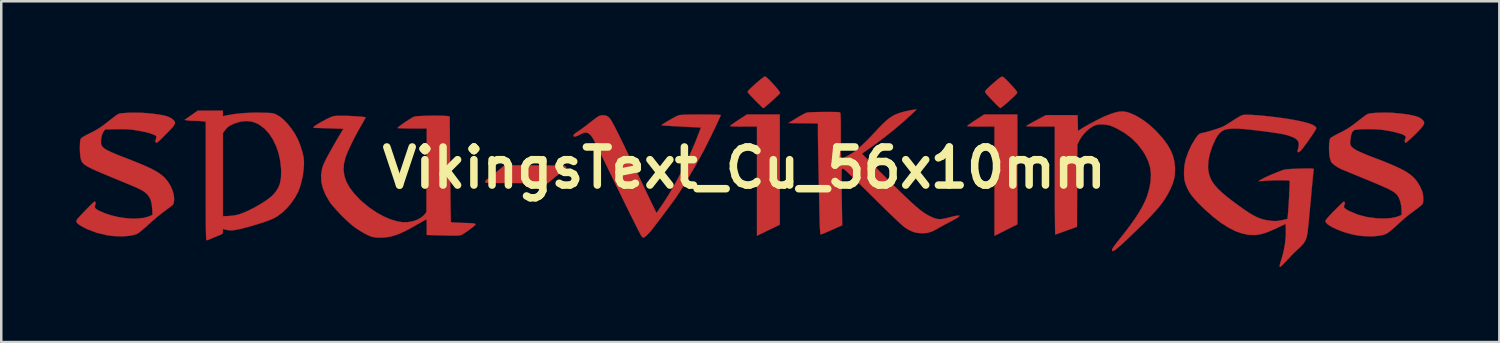
<source format=kicad_pcb>
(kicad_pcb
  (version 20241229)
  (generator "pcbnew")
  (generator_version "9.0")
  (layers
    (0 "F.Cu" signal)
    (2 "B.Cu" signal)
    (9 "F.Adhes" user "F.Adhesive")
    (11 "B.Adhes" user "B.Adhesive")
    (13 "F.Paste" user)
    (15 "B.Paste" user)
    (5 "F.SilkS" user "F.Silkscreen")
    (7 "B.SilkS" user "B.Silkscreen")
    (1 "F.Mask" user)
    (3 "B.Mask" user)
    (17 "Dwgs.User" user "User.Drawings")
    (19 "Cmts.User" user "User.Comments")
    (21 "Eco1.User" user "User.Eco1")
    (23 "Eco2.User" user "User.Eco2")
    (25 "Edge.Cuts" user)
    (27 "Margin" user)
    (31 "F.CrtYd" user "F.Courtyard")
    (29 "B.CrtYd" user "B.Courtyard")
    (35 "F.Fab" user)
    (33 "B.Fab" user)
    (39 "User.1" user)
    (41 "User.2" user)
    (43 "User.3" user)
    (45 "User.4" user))
  (footprint "VikingsText_Cu_56x10mm"
    (layer "F.Cu")
    (at 26.718 3.663)
    (property "Reference" "VikingsText_Cu_56x10mm" (at 0 0 0) (layer "F.SilkS") (effects (font (size 1.524 1.524) (thickness 0.3))))
    (attr through_hole)
    (fp_poly (pts (xy 1.421 2.273) (xy 0.964 2.494) (xy 0.508 2.715) (xy 0.508 -1.651) (xy -0.021 -1.651) (xy -0.18 -1.652) (xy -0.322 -1.654) (xy -0.438 -1.657) (xy -0.522 -1.662) (xy -0.564 -1.667) (xy -0.568 -1.669) (xy -0.554 -1.687) (xy -0.503 -1.729) (xy -0.423 -1.787) (xy -0.32 -1.857) (xy -0.241 -1.91) (xy 0.104 -2.134) (xy 1.422 -2.134) (xy 1.421 2.273)) (stroke (width 0.01) (type solid)) (fill yes) (layer "F.Cu"))
    (fp_poly (pts (xy 10.922 2.26) (xy 10.465 2.489) (xy 10.008 2.718) (xy 10.008 -1.651) (xy 9.461 -1.651) (xy 9.3 -1.652) (xy 9.158 -1.655) (xy 9.043 -1.659) (xy 8.96 -1.665) (xy 8.919 -1.671) (xy 8.915 -1.674) (xy 8.936 -1.694) (xy 8.992 -1.737) (xy 9.076 -1.796) (xy 9.182 -1.868) (xy 9.255 -1.915) (xy 9.594 -2.134) (xy 10.922 -2.134) (xy 10.922 2.26)) (stroke (width 0.01) (type solid)) (fill yes) (layer "F.Cu"))
    (fp_poly (pts (xy -8.421 -0.099) (xy -8.18 -0.098) (xy -7.953 -0.097) (xy -7.746 -0.094) (xy -7.563 -0.092) (xy -7.41 -0.089) (xy -7.293 -0.086) (xy -7.217 -0.082) (xy -7.188 -0.079) (xy -7.135 -0.055) (xy -7.121 -0.021) (xy -7.146 0.027) (xy -7.213 0.092) (xy -7.308 0.167) (xy -7.421 0.254) (xy -7.546 0.352) (xy -7.657 0.444) (xy -7.679 0.462) (xy -7.851 0.61) (xy -9.09 0.61) (xy -9.337 0.609) (xy -9.567 0.608) (xy -9.777 0.607) (xy -9.962 0.605) (xy -10.116 0.602) (xy -10.234 0.599) (xy -10.313 0.596) (xy -10.346 0.593) (xy -10.346 0.593) (xy -10.363 0.558) (xy -10.344 0.515) (xy -10.288 0.459) (xy -10.193 0.387) (xy -10.099 0.317) (xy -9.984 0.227) (xy -9.867 0.132) (xy -9.807 0.083) (xy -9.591 -0.102) (xy -8.421 -0.099)) (stroke (width 0.01) (type solid)) (fill yes) (layer "F.Cu"))
    (fp_poly (pts (xy 0.864 -3.639) (xy 0.925 -3.59) (xy 1.002 -3.517) (xy 1.088 -3.428) (xy 1.178 -3.331) (xy 1.264 -3.233) (xy 1.339 -3.141) (xy 1.396 -3.065) (xy 1.429 -3.01) (xy 1.433 -2.989) (xy 1.411 -2.961) (xy 1.358 -2.908) (xy 1.282 -2.836) (xy 1.192 -2.752) (xy 1.094 -2.664) (xy 0.997 -2.578) (xy 0.907 -2.5) (xy 0.833 -2.438) (xy 0.783 -2.398) (xy 0.763 -2.388) (xy 0.739 -2.405) (xy 0.686 -2.453) (xy 0.611 -2.525) (xy 0.519 -2.615) (xy 0.453 -2.681) (xy 0.354 -2.784) (xy 0.267 -2.876) (xy 0.198 -2.95) (xy 0.154 -3.001) (xy 0.142 -3.017) (xy 0.138 -3.044) (xy 0.159 -3.083) (xy 0.208 -3.139) (xy 0.292 -3.22) (xy 0.294 -3.222) (xy 0.42 -3.337) (xy 0.539 -3.441) (xy 0.646 -3.531) (xy 0.734 -3.6) (xy 0.797 -3.644) (xy 0.828 -3.658) (xy 0.864 -3.639)) (stroke (width 0.01) (type solid)) (fill yes) (layer "F.Cu"))
    (fp_poly (pts (xy 10.355 -3.635) (xy 10.372 -3.624) (xy 10.416 -3.588) (xy 10.482 -3.523) (xy 10.564 -3.439) (xy 10.653 -3.345) (xy 10.74 -3.249) (xy 10.817 -3.162) (xy 10.875 -3.091) (xy 10.907 -3.045) (xy 10.909 -3.042) (xy 10.916 -3.014) (xy 10.905 -2.982) (xy 10.872 -2.939) (xy 10.811 -2.876) (xy 10.744 -2.812) (xy 10.624 -2.702) (xy 10.51 -2.601) (xy 10.408 -2.514) (xy 10.325 -2.445) (xy 10.266 -2.402) (xy 10.24 -2.388) (xy 10.217 -2.405) (xy 10.165 -2.453) (xy 10.09 -2.526) (xy 9.999 -2.617) (xy 9.924 -2.695) (xy 9.825 -2.799) (xy 9.74 -2.892) (xy 9.675 -2.968) (xy 9.636 -3.02) (xy 9.627 -3.039) (xy 9.638 -3.072) (xy 9.676 -3.121) (xy 9.743 -3.19) (xy 9.843 -3.283) (xy 9.979 -3.402) (xy 9.989 -3.411) (xy 10.105 -3.51) (xy 10.189 -3.579) (xy 10.249 -3.622) (xy 10.293 -3.643) (xy 10.326 -3.646) (xy 10.355 -3.635)) (stroke (width 0.01) (type solid)) (fill yes) (layer "F.Cu"))
    (fp_poly (pts (xy 15.3 -2.233) (xy 15.454 -2.183) (xy 15.625 -2.105) (xy 15.721 -2.055) (xy 15.965 -1.906) (xy 16.205 -1.721) (xy 16.449 -1.495) (xy 16.501 -1.442) (xy 16.726 -1.193) (xy 16.906 -0.955) (xy 17.044 -0.725) (xy 17.142 -0.495) (xy 17.202 -0.261) (xy 17.228 -0.018) (xy 17.229 0.064) (xy 17.22 0.271) (xy 17.189 0.457) (xy 17.132 0.642) (xy 17.045 0.844) (xy 17.036 0.864) (xy 16.96 1.013) (xy 16.88 1.154) (xy 16.792 1.291) (xy 16.693 1.43) (xy 16.579 1.575) (xy 16.445 1.729) (xy 16.288 1.899) (xy 16.105 2.088) (xy 15.891 2.301) (xy 15.643 2.542) (xy 15.629 2.556) (xy 15.419 2.758) (xy 15.243 2.925) (xy 15.097 3.06) (xy 14.979 3.165) (xy 14.886 3.242) (xy 14.816 3.294) (xy 14.765 3.322) (xy 14.732 3.329) (xy 14.713 3.315) (xy 14.707 3.285) (xy 14.707 3.278) (xy 14.722 3.24) (xy 14.764 3.173) (xy 14.827 3.084) (xy 14.905 2.983) (xy 14.925 2.958) (xy 15.184 2.633) (xy 15.409 2.337) (xy 15.602 2.068) (xy 15.765 1.82) (xy 15.9 1.59) (xy 16.011 1.373) (xy 16.099 1.164) (xy 16.166 0.959) (xy 16.216 0.754) (xy 16.25 0.545) (xy 16.253 0.521) (xy 16.266 0.25) (xy 16.235 -0.009) (xy 16.16 -0.262) (xy 16.037 -0.517) (xy 15.942 -0.671) (xy 15.733 -0.946) (xy 15.498 -1.181) (xy 15.231 -1.382) (xy 15.127 -1.446) (xy 14.938 -1.553) (xy 14.779 -1.632) (xy 14.64 -1.686) (xy 14.51 -1.719) (xy 14.381 -1.735) (xy 14.313 -1.737) (xy 14.199 -1.736) (xy 14.115 -1.726) (xy 14.039 -1.702) (xy 13.959 -1.666) (xy 13.805 -1.569) (xy 13.655 -1.437) (xy 13.521 -1.283) (xy 13.417 -1.121) (xy 13.408 -1.102) (xy 13.322 -0.927) (xy 13.315 0.714) (xy 13.308 2.356) (xy 12.883 2.512) (xy 12.745 2.562) (xy 12.624 2.605) (xy 12.527 2.639) (xy 12.463 2.661) (xy 12.44 2.667) (xy 12.437 2.642) (xy 12.434 2.57) (xy 12.431 2.455) (xy 12.429 2.3) (xy 12.427 2.109) (xy 12.425 1.885) (xy 12.423 1.633) (xy 12.422 1.356) (xy 12.421 1.058) (xy 12.421 0.742) (xy 12.421 0.508) (xy 12.421 -1.651) (xy 11.849 -1.651) (xy 11.685 -1.652) (xy 11.539 -1.654) (xy 11.419 -1.658) (xy 11.331 -1.662) (xy 11.284 -1.667) (xy 11.278 -1.67) (xy 11.299 -1.688) (xy 11.358 -1.725) (xy 11.448 -1.777) (xy 11.561 -1.84) (xy 11.671 -1.899) (xy 12.063 -2.108) (xy 13.333 -2.108) (xy 13.348 -1.472) (xy 13.44 -1.535) (xy 13.546 -1.603) (xy 13.687 -1.685) (xy 13.848 -1.774) (xy 14.019 -1.865) (xy 14.187 -1.951) (xy 14.338 -2.024) (xy 14.434 -2.067) (xy 14.653 -2.155) (xy 14.839 -2.216) (xy 15.003 -2.25) (xy 15.153 -2.255) (xy 15.3 -2.233)) (stroke (width 0.01) (type solid)) (fill yes) (layer "F.Cu"))
    (fp_poly (pts (xy -20.853 -2.066) (xy -20.695 -2.099) (xy -20.368 -2.155) (xy -20.027 -2.19) (xy -19.658 -2.206) (xy -19.375 -2.206) (xy -19.2 -2.202) (xy -19.068 -2.199) (xy -18.968 -2.194) (xy -18.894 -2.187) (xy -18.837 -2.176) (xy -18.787 -2.161) (xy -18.737 -2.14) (xy -18.701 -2.124) (xy -18.563 -2.041) (xy -18.416 -1.918) (xy -18.267 -1.762) (xy -18.123 -1.583) (xy -17.99 -1.388) (xy -17.884 -1.198) (xy -17.805 -1.024) (xy -17.734 -0.831) (xy -17.674 -0.634) (xy -17.632 -0.451) (xy -17.613 -0.317) (xy -17.61 -0.128) (xy -17.627 0.09) (xy -17.661 0.323) (xy -17.71 0.554) (xy -17.771 0.769) (xy -17.84 0.952) (xy -17.842 0.957) (xy -17.965 1.185) (xy -18.118 1.406) (xy -18.293 1.611) (xy -18.481 1.792) (xy -18.675 1.937) (xy -18.791 2.004) (xy -18.941 2.072) (xy -19.14 2.147) (xy -19.387 2.228) (xy -19.685 2.318) (xy -19.761 2.34) (xy -19.985 2.401) (xy -20.169 2.447) (xy -20.319 2.478) (xy -20.443 2.496) (xy -20.547 2.5) (xy -20.64 2.493) (xy -20.707 2.48) (xy -20.853 2.445) (xy -20.853 2.541) (xy -20.855 2.588) (xy -20.866 2.621) (xy -20.896 2.648) (xy -20.954 2.678) (xy -21.05 2.718) (xy -21.05 2.718) (xy -21.159 2.763) (xy -21.266 2.808) (xy -21.349 2.843) (xy -21.358 2.847) (xy -21.432 2.876) (xy -21.489 2.893) (xy -21.504 2.896) (xy -21.51 2.889) (xy -21.516 2.868) (xy -21.52 2.829) (xy -21.524 2.77) (xy -21.528 2.688) (xy -21.531 2.58) (xy -21.533 2.443) (xy -21.535 2.275) (xy -21.536 2.072) (xy -21.538 1.832) (xy -21.538 1.551) (xy -21.539 1.228) (xy -21.539 0.86) (xy -21.539 0.524) (xy -21.539 -1.389) (xy -20.853 -1.389) (xy -20.853 1.937) (xy -20.606 1.925) (xy -20.417 1.907) (xy -20.251 1.872) (xy -20.155 1.842) (xy -19.968 1.77) (xy -19.767 1.677) (xy -19.56 1.57) (xy -19.359 1.455) (xy -19.173 1.337) (xy -19.011 1.223) (xy -18.885 1.117) (xy -18.855 1.088) (xy -18.726 0.936) (xy -18.63 0.778) (xy -18.566 0.605) (xy -18.531 0.409) (xy -18.521 0.18) (xy -18.526 0.025) (xy -18.563 -0.298) (xy -18.632 -0.605) (xy -18.732 -0.891) (xy -18.86 -1.149) (xy -19.013 -1.377) (xy -19.189 -1.568) (xy -19.385 -1.718) (xy -19.492 -1.778) (xy -19.695 -1.849) (xy -19.912 -1.873) (xy -20.14 -1.85) (xy -20.374 -1.78) (xy -20.443 -1.75) (xy -20.556 -1.696) (xy -20.637 -1.646) (xy -20.701 -1.587) (xy -20.766 -1.509) (xy -20.781 -1.488) (xy -20.853 -1.389) (xy -21.539 -1.389) (xy -21.539 -1.847) (xy -21.657 -1.863) (xy -21.742 -1.872) (xy -21.854 -1.878) (xy -21.971 -1.881) (xy -21.981 -1.881) (xy -22.093 -1.884) (xy -22.2 -1.89) (xy -22.279 -1.899) (xy -22.286 -1.9) (xy -22.385 -1.918) (xy -22.124 -2.102) (xy -21.862 -2.286) (xy -20.853 -2.286) (xy -20.853 -2.066)) (stroke (width 0.01) (type solid)) (fill yes) (layer "F.Cu"))
    (fp_poly (pts (xy 6.68 -2.132) (xy 6.379 -1.857) (xy 6.044 -1.571) (xy 5.687 -1.284) (xy 5.321 -1.005) (xy 5.012 -0.782) (xy 4.703 -0.566) (xy 5.698 0.424) (xy 5.965 0.689) (xy 6.2 0.92) (xy 6.407 1.12) (xy 6.588 1.292) (xy 6.747 1.438) (xy 6.887 1.561) (xy 7.011 1.664) (xy 7.124 1.75) (xy 7.227 1.822) (xy 7.325 1.881) (xy 7.421 1.932) (xy 7.517 1.977) (xy 7.562 1.996) (xy 7.667 2.033) (xy 7.768 2.051) (xy 7.875 2.05) (xy 8.003 2.031) (xy 8.165 1.992) (xy 8.169 1.991) (xy 8.349 1.945) (xy 8.482 1.917) (xy 8.567 1.907) (xy 8.604 1.915) (xy 8.594 1.941) (xy 8.538 1.986) (xy 8.434 2.049) (xy 8.283 2.131) (xy 8.253 2.146) (xy 8.115 2.219) (xy 7.976 2.294) (xy 7.85 2.363) (xy 7.752 2.418) (xy 7.734 2.429) (xy 7.574 2.516) (xy 7.433 2.573) (xy 7.296 2.605) (xy 7.144 2.616) (xy 7.11 2.616) (xy 6.926 2.603) (xy 6.757 2.562) (xy 6.588 2.486) (xy 6.439 2.395) (xy 6.373 2.344) (xy 6.272 2.257) (xy 6.137 2.133) (xy 5.967 1.972) (xy 5.763 1.776) (xy 5.524 1.543) (xy 5.251 1.274) (xy 5.156 1.179) (xy 4.959 0.984) (xy 4.77 0.798) (xy 4.595 0.626) (xy 4.435 0.471) (xy 4.295 0.335) (xy 4.178 0.222) (xy 4.086 0.135) (xy 4.024 0.078) (xy 3.994 0.053) (xy 3.994 0.053) (xy 3.94 0.036) (xy 3.908 0.04) (xy 3.901 0.062) (xy 3.896 0.121) (xy 3.893 0.217) (xy 3.891 0.354) (xy 3.891 0.535) (xy 3.893 0.76) (xy 3.896 1.033) (xy 3.899 1.178) (xy 3.917 2.299) (xy 3.501 2.483) (xy 3.366 2.542) (xy 3.246 2.594) (xy 3.149 2.634) (xy 3.083 2.659) (xy 3.057 2.667) (xy 3.048 2.648) (xy 3.039 2.59) (xy 3.031 2.491) (xy 3.024 2.347) (xy 3.017 2.157) (xy 3.012 1.949) (xy 3.001 1.502) (xy 2.992 1.072) (xy 2.983 0.665) (xy 2.975 0.282) (xy 2.967 -0.072) (xy 2.961 -0.394) (xy 2.956 -0.681) (xy 2.952 -0.93) (xy 2.949 -1.137) (xy 2.947 -1.3) (xy 2.947 -1.39) (xy 2.946 -1.777) (xy 1.765 -1.791) (xy 2.083 -1.984) (xy 2.203 -2.056) (xy 2.316 -2.12) (xy 2.409 -2.17) (xy 2.474 -2.201) (xy 2.487 -2.206) (xy 2.534 -2.214) (xy 2.623 -2.221) (xy 2.744 -2.226) (xy 2.888 -2.231) (xy 3.047 -2.234) (xy 3.212 -2.236) (xy 3.373 -2.236) (xy 3.523 -2.235) (xy 3.651 -2.233) (xy 3.75 -2.228) (xy 3.81 -2.222) (xy 3.821 -2.22) (xy 3.831 -2.211) (xy 3.84 -2.191) (xy 3.847 -2.155) (xy 3.852 -2.098) (xy 3.855 -2.014) (xy 3.858 -1.9) (xy 3.86 -1.751) (xy 3.861 -1.561) (xy 3.861 -1.326) (xy 3.861 -1.28) (xy 3.861 -1.069) (xy 3.862 -0.875) (xy 3.864 -0.703) (xy 3.866 -0.56) (xy 3.868 -0.451) (xy 3.871 -0.381) (xy 3.874 -0.356) (xy 3.874 -0.356) (xy 3.912 -0.368) (xy 3.983 -0.401) (xy 4.075 -0.45) (xy 4.177 -0.507) (xy 4.279 -0.566) (xy 4.37 -0.623) (xy 4.435 -0.667) (xy 4.54 -0.752) (xy 4.671 -0.87) (xy 4.824 -1.015) (xy 4.991 -1.182) (xy 5.167 -1.365) (xy 5.343 -1.556) (xy 5.519 -1.74) (xy 5.677 -1.888) (xy 5.825 -2.004) (xy 5.97 -2.095) (xy 6.018 -2.12) (xy 6.128 -2.167) (xy 6.273 -2.214) (xy 6.435 -2.259) (xy 6.598 -2.295) (xy 6.745 -2.319) (xy 6.756 -2.321) (xy 6.896 -2.337) (xy 6.68 -2.132)) (stroke (width 0.01) (type solid)) (fill yes) (layer "F.Cu"))
    (fp_poly (pts (xy -1.543 -2.132) (xy -1.36 -2.13) (xy -1.204 -2.127) (xy -1.078 -2.124) (xy -0.99 -2.119) (xy -0.945 -2.114) (xy -0.94 -2.111) (xy -0.951 -2.079) (xy -0.981 -2.007) (xy -1.028 -1.904) (xy -1.088 -1.775) (xy -1.158 -1.627) (xy -1.235 -1.466) (xy -1.316 -1.3) (xy -1.397 -1.134) (xy -1.475 -0.976) (xy -1.548 -0.832) (xy -1.612 -0.708) (xy -1.637 -0.66) (xy -1.776 -0.405) (xy -1.926 -0.137) (xy -2.082 0.135) (xy -2.238 0.402) (xy -2.39 0.654) (xy -2.531 0.882) (xy -2.657 1.078) (xy -2.701 1.143) (xy -2.748 1.211) (xy -2.821 1.312) (xy -2.914 1.438) (xy -3.021 1.583) (xy -3.138 1.74) (xy -3.258 1.9) (xy -3.376 2.057) (xy -3.487 2.203) (xy -3.585 2.331) (xy -3.665 2.434) (xy -3.718 2.502) (xy -3.805 2.602) (xy -3.891 2.689) (xy -3.965 2.754) (xy -4.022 2.789) (xy -4.04 2.794) (xy -4.066 2.777) (xy -4.108 2.737) (xy -4.109 2.736) (xy -4.129 2.705) (xy -4.168 2.631) (xy -4.226 2.519) (xy -4.301 2.372) (xy -4.391 2.193) (xy -4.494 1.986) (xy -4.609 1.756) (xy -4.733 1.504) (xy -4.864 1.235) (xy -5.002 0.952) (xy -5.052 0.85) (xy -5.224 0.495) (xy -5.376 0.183) (xy -5.509 -0.09) (xy -5.624 -0.326) (xy -5.723 -0.527) (xy -5.807 -0.698) (xy -5.878 -0.84) (xy -5.937 -0.956) (xy -5.986 -1.05) (xy -6.025 -1.125) (xy -6.058 -1.183) (xy -6.085 -1.227) (xy -6.107 -1.26) (xy -6.126 -1.286) (xy -6.144 -1.306) (xy -6.162 -1.324) (xy -6.165 -1.327) (xy -6.243 -1.387) (xy -6.32 -1.412) (xy -6.409 -1.401) (xy -6.52 -1.356) (xy -6.56 -1.335) (xy -6.68 -1.277) (xy -6.764 -1.249) (xy -6.813 -1.252) (xy -6.832 -1.284) (xy -6.833 -1.293) (xy -6.809 -1.338) (xy -6.737 -1.399) (xy -6.661 -1.449) (xy -6.576 -1.506) (xy -6.466 -1.585) (xy -6.342 -1.677) (xy -6.219 -1.773) (xy -6.196 -1.791) (xy -6.085 -1.878) (xy -5.982 -1.957) (xy -5.895 -2.019) (xy -5.835 -2.06) (xy -5.822 -2.067) (xy -5.705 -2.103) (xy -5.58 -2.101) (xy -5.486 -2.07) (xy -5.461 -2.056) (xy -5.436 -2.038) (xy -5.41 -2.014) (xy -5.382 -1.982) (xy -5.35 -1.938) (xy -5.313 -1.88) (xy -5.269 -1.805) (xy -5.218 -1.711) (xy -5.156 -1.594) (xy -5.085 -1.453) (xy -5 -1.283) (xy -4.902 -1.084) (xy -4.789 -0.851) (xy -4.66 -0.582) (xy -4.512 -0.275) (xy -4.345 0.074) (xy -4.216 0.343) (xy -4.095 0.596) (xy -3.98 0.835) (xy -3.874 1.057) (xy -3.778 1.257) (xy -3.694 1.432) (xy -3.624 1.577) (xy -3.57 1.689) (xy -3.534 1.764) (xy -3.517 1.797) (xy -3.516 1.799) (xy -3.499 1.784) (xy -3.46 1.733) (xy -3.403 1.653) (xy -3.333 1.551) (xy -3.254 1.435) (xy -3.172 1.31) (xy -3.092 1.184) (xy -3.017 1.065) (xy -2.997 1.032) (xy -2.712 0.539) (xy -2.44 0.024) (xy -2.189 -0.498) (xy -1.967 -1.01) (xy -1.889 -1.206) (xy -1.732 -1.613) (xy -2.515 -1.651) (xy -2.709 -1.661) (xy -2.887 -1.671) (xy -3.042 -1.68) (xy -3.167 -1.689) (xy -3.257 -1.696) (xy -3.306 -1.701) (xy -3.312 -1.703) (xy -3.297 -1.72) (xy -3.246 -1.756) (xy -3.168 -1.806) (xy -3.072 -1.864) (xy -2.967 -1.925) (xy -2.862 -1.984) (xy -2.765 -2.036) (xy -2.686 -2.075) (xy -2.657 -2.088) (xy -2.622 -2.1) (xy -2.578 -2.11) (xy -2.52 -2.117) (xy -2.441 -2.123) (xy -2.336 -2.127) (xy -2.2 -2.13) (xy -2.026 -2.131) (xy -1.808 -2.132) (xy -1.746 -2.132) (xy -1.543 -2.132)) (stroke (width 0.01) (type solid)) (fill yes) (layer "F.Cu"))
    (fp_poly (pts (xy -24.21 -2.204) (xy -24.036 -2.198) (xy -23.884 -2.187) (xy -23.625 -2.16) (xy -23.412 -2.132) (xy -23.238 -2.1) (xy -23.098 -2.064) (xy -22.987 -2.021) (xy -22.899 -1.971) (xy -22.828 -1.911) (xy -22.824 -1.907) (xy -22.788 -1.864) (xy -22.769 -1.822) (xy -22.771 -1.775) (xy -22.796 -1.719) (xy -22.847 -1.648) (xy -22.927 -1.556) (xy -23.038 -1.439) (xy -23.14 -1.336) (xy -23.263 -1.213) (xy -23.356 -1.122) (xy -23.424 -1.061) (xy -23.472 -1.024) (xy -23.503 -1.008) (xy -23.524 -1.01) (xy -23.53 -1.013) (xy -23.552 -1.041) (xy -23.552 -1.08) (xy -23.534 -1.141) (xy -23.516 -1.208) (xy -23.514 -1.256) (xy -23.517 -1.263) (xy -23.566 -1.303) (xy -23.661 -1.346) (xy -23.795 -1.39) (xy -23.963 -1.433) (xy -24.16 -1.474) (xy -24.38 -1.511) (xy -24.397 -1.514) (xy -24.56 -1.533) (xy -24.737 -1.544) (xy -24.941 -1.547) (xy -25.117 -1.545) (xy -25.558 -1.536) (xy -25.616 -1.468) (xy -25.664 -1.385) (xy -25.702 -1.267) (xy -25.725 -1.131) (xy -25.73 -1.029) (xy -25.725 -0.964) (xy -25.708 -0.905) (xy -25.675 -0.85) (xy -25.621 -0.796) (xy -25.542 -0.741) (xy -25.435 -0.682) (xy -25.294 -0.616) (xy -25.116 -0.541) (xy -24.897 -0.454) (xy -24.74 -0.393) (xy -24.436 -0.275) (xy -24.176 -0.169) (xy -23.954 -0.075) (xy -23.767 0.011) (xy -23.609 0.091) (xy -23.476 0.168) (xy -23.363 0.244) (xy -23.265 0.321) (xy -23.179 0.4) (xy -23.055 0.547) (xy -22.95 0.716) (xy -22.87 0.897) (xy -22.819 1.077) (xy -22.802 1.245) (xy -22.808 1.323) (xy -22.822 1.399) (xy -22.838 1.455) (xy -22.843 1.467) (xy -22.87 1.492) (xy -22.93 1.54) (xy -23.016 1.605) (xy -23.12 1.682) (xy -23.171 1.719) (xy -23.298 1.815) (xy -23.447 1.934) (xy -23.603 2.065) (xy -23.752 2.196) (xy -23.831 2.267) (xy -23.956 2.381) (xy -24.073 2.482) (xy -24.174 2.564) (xy -24.251 2.62) (xy -24.289 2.642) (xy -24.439 2.69) (xy -24.627 2.723) (xy -24.843 2.739) (xy -25.075 2.738) (xy -25.313 2.72) (xy -25.49 2.694) (xy -25.884 2.601) (xy -26.252 2.464) (xy -26.393 2.397) (xy -26.535 2.319) (xy -26.633 2.254) (xy -26.691 2.196) (xy -26.713 2.143) (xy -26.707 2.095) (xy -26.683 2.061) (xy -26.632 2) (xy -26.558 1.919) (xy -26.47 1.824) (xy -26.373 1.722) (xy -26.274 1.62) (xy -26.179 1.525) (xy -26.096 1.444) (xy -26.031 1.383) (xy -25.99 1.35) (xy -25.981 1.346) (xy -25.949 1.367) (xy -25.945 1.422) (xy -25.962 1.484) (xy -25.977 1.55) (xy -25.966 1.601) (xy -25.921 1.648) (xy -25.835 1.7) (xy -25.804 1.716) (xy -25.57 1.819) (xy -25.314 1.902) (xy -25.047 1.966) (xy -24.776 2.009) (xy -24.511 2.03) (xy -24.261 2.028) (xy -24.033 2.003) (xy -23.837 1.953) (xy -23.779 1.929) (xy -23.666 1.879) (xy -23.68 1.645) (xy -23.699 1.456) (xy -23.733 1.307) (xy -23.787 1.185) (xy -23.864 1.08) (xy -23.901 1.042) (xy -23.941 1.005) (xy -23.981 0.971) (xy -24.027 0.938) (xy -24.083 0.904) (xy -24.154 0.866) (xy -24.244 0.822) (xy -24.358 0.771) (xy -24.501 0.709) (xy -24.677 0.635) (xy -24.892 0.546) (xy -25.139 0.444) (xy -25.424 0.326) (xy -25.666 0.225) (xy -25.869 0.139) (xy -26.035 0.064) (xy -26.17 -0.000438) (xy -26.277 -0.057) (xy -26.359 -0.109) (xy -26.421 -0.158) (xy -26.466 -0.205) (xy -26.498 -0.254) (xy -26.52 -0.307) (xy -26.538 -0.366) (xy -26.545 -0.394) (xy -26.558 -0.482) (xy -26.568 -0.6) (xy -26.573 -0.735) (xy -26.573 -0.871) (xy -26.568 -0.995) (xy -26.559 -1.091) (xy -26.551 -1.13) (xy -26.537 -1.162) (xy -26.511 -1.192) (xy -26.466 -1.226) (xy -26.396 -1.268) (xy -26.292 -1.323) (xy -26.161 -1.389) (xy -25.996 -1.473) (xy -25.858 -1.552) (xy -25.729 -1.636) (xy -25.594 -1.734) (xy -25.45 -1.846) (xy -25.332 -1.939) (xy -25.222 -2.023) (xy -25.129 -2.092) (xy -25.061 -2.139) (xy -25.031 -2.156) (xy -24.967 -2.173) (xy -24.861 -2.187) (xy -24.723 -2.197) (xy -24.562 -2.204) (xy -24.388 -2.206) (xy -24.21 -2.204)) (stroke (width 0.01) (type solid)) (fill yes) (layer "F.Cu"))
    (fp_poly (pts (xy -12.147 -2.084) (xy -12.01 -2.08) (xy -11.899 -2.073) (xy -11.821 -2.065) (xy -11.784 -2.054) (xy -11.782 -2.051) (xy -11.782 -2.021) (xy -11.781 -1.945) (xy -11.779 -1.825) (xy -11.778 -1.666) (xy -11.776 -1.471) (xy -11.774 -1.245) (xy -11.772 -0.99) (xy -11.769 -0.712) (xy -11.767 -0.414) (xy -11.765 -0.099) (xy -11.763 0.068) (xy -11.761 0.389) (xy -11.758 0.695) (xy -11.755 0.983) (xy -11.752 1.249) (xy -11.748 1.488) (xy -11.745 1.698) (xy -11.742 1.874) (xy -11.739 2.013) (xy -11.736 2.11) (xy -11.733 2.162) (xy -11.732 2.171) (xy -11.702 2.177) (xy -11.631 2.183) (xy -11.525 2.19) (xy -11.395 2.196) (xy -11.274 2.201) (xy -11.08 2.207) (xy -10.933 2.213) (xy -10.831 2.221) (xy -10.77 2.235) (xy -10.748 2.255) (xy -10.761 2.286) (xy -10.806 2.329) (xy -10.88 2.387) (xy -10.965 2.451) (xy -11.074 2.531) (xy -11.177 2.601) (xy -11.263 2.655) (xy -11.321 2.686) (xy -11.325 2.687) (xy -11.367 2.698) (xy -11.428 2.705) (xy -11.515 2.71) (xy -11.633 2.711) (xy -11.788 2.709) (xy -11.986 2.705) (xy -12.059 2.703) (xy -12.7 2.685) (xy -12.7 2.371) (xy -12.701 2.252) (xy -12.703 2.153) (xy -12.707 2.085) (xy -12.711 2.058) (xy -12.711 2.057) (xy -12.736 2.07) (xy -12.797 2.103) (xy -12.888 2.154) (xy -13.001 2.219) (xy -13.124 2.29) (xy -13.36 2.423) (xy -13.563 2.529) (xy -13.742 2.612) (xy -13.905 2.677) (xy -14.061 2.726) (xy -14.135 2.745) (xy -14.313 2.777) (xy -14.5 2.792) (xy -14.68 2.789) (xy -14.838 2.77) (xy -14.924 2.748) (xy -15.051 2.695) (xy -15.203 2.616) (xy -15.367 2.52) (xy -15.531 2.412) (xy -15.61 2.356) (xy -15.729 2.26) (xy -15.868 2.136) (xy -16.018 1.994) (xy -16.169 1.841) (xy -16.313 1.687) (xy -16.441 1.542) (xy -16.544 1.414) (xy -16.592 1.346) (xy -16.751 1.071) (xy -16.859 0.803) (xy -16.918 0.541) (xy -16.926 0.283) (xy -16.884 0.03) (xy -16.84 -0.107) (xy -16.801 -0.198) (xy -16.738 -0.327) (xy -16.653 -0.488) (xy -16.549 -0.677) (xy -16.43 -0.889) (xy -16.297 -1.118) (xy -16.238 -1.219) (xy -16.035 -1.562) (xy -16.52 -1.578) (xy -16.682 -1.583) (xy -16.834 -1.588) (xy -16.967 -1.592) (xy -17.07 -1.595) (xy -17.129 -1.597) (xy -17.201 -1.601) (xy -17.231 -1.61) (xy -17.229 -1.628) (xy -17.22 -1.64) (xy -17.178 -1.675) (xy -17.101 -1.727) (xy -16.998 -1.789) (xy -16.88 -1.856) (xy -16.758 -1.922) (xy -16.641 -1.981) (xy -16.597 -2.001) (xy -16.523 -2.034) (xy -16.462 -2.056) (xy -16.402 -2.07) (xy -16.33 -2.078) (xy -16.234 -2.082) (xy -16.103 -2.083) (xy -16.062 -2.083) (xy -15.938 -2.081) (xy -15.798 -2.076) (xy -15.651 -2.069) (xy -15.507 -2.061) (xy -15.376 -2.051) (xy -15.265 -2.04) (xy -15.185 -2.03) (xy -15.145 -2.021) (xy -15.143 -2.02) (xy -15.153 -1.996) (xy -15.184 -1.937) (xy -15.233 -1.849) (xy -15.295 -1.74) (xy -15.338 -1.665) (xy -15.481 -1.413) (xy -15.614 -1.162) (xy -15.735 -0.919) (xy -15.838 -0.695) (xy -15.919 -0.499) (xy -15.95 -0.411) (xy -16.012 -0.165) (xy -16.027 0.076) (xy -15.996 0.313) (xy -15.917 0.547) (xy -15.79 0.782) (xy -15.614 1.017) (xy -15.389 1.256) (xy -15.247 1.387) (xy -14.979 1.602) (xy -14.702 1.789) (xy -14.422 1.943) (xy -14.146 2.061) (xy -13.88 2.14) (xy -13.67 2.174) (xy -13.473 2.174) (xy -13.277 2.141) (xy -13.093 2.081) (xy -12.933 1.996) (xy -12.808 1.89) (xy -12.79 1.868) (xy -12.713 1.773) (xy -12.699 -1.575) (xy -13.284 -1.575) (xy -13.45 -1.576) (xy -13.598 -1.578) (xy -13.72 -1.581) (xy -13.81 -1.586) (xy -13.86 -1.591) (xy -13.868 -1.594) (xy -13.848 -1.619) (xy -13.793 -1.664) (xy -13.713 -1.724) (xy -13.617 -1.792) (xy -13.513 -1.863) (xy -13.41 -1.93) (xy -13.318 -1.987) (xy -13.245 -2.028) (xy -13.209 -2.044) (xy -13.152 -2.056) (xy -13.058 -2.066) (xy -12.934 -2.074) (xy -12.789 -2.08) (xy -12.629 -2.084) (xy -12.464 -2.086) (xy -12.301 -2.086) (xy -12.147 -2.084)) (stroke (width 0.01) (type solid)) (fill yes) (layer "F.Cu"))
    (fp_poly (pts (xy 25.746 -2.206) (xy 25.921 -2.2) (xy 26.083 -2.188) (xy 26.101 -2.186) (xy 26.357 -2.158) (xy 26.567 -2.129) (xy 26.738 -2.097) (xy 26.874 -2.061) (xy 26.982 -2.02) (xy 27.066 -1.971) (xy 27.133 -1.914) (xy 27.137 -1.91) (xy 27.182 -1.849) (xy 27.195 -1.79) (xy 27.173 -1.723) (xy 27.115 -1.638) (xy 27.084 -1.6) (xy 27.013 -1.521) (xy 26.926 -1.43) (xy 26.83 -1.334) (xy 26.731 -1.239) (xy 26.636 -1.152) (xy 26.554 -1.079) (xy 26.489 -1.027) (xy 26.45 -1.003) (xy 26.443 -1.002) (xy 26.42 -1.043) (xy 26.42 -1.108) (xy 26.441 -1.168) (xy 26.456 -1.224) (xy 26.453 -1.252) (xy 26.413 -1.293) (xy 26.329 -1.336) (xy 26.204 -1.38) (xy 26.046 -1.423) (xy 25.857 -1.464) (xy 25.645 -1.502) (xy 25.571 -1.513) (xy 25.437 -1.529) (xy 25.283 -1.54) (xy 25.117 -1.546) (xy 24.948 -1.549) (xy 24.786 -1.547) (xy 24.638 -1.541) (xy 24.514 -1.531) (xy 24.422 -1.517) (xy 24.372 -1.499) (xy 24.371 -1.498) (xy 24.311 -1.419) (xy 24.268 -1.294) (xy 24.242 -1.123) (xy 24.241 -1.111) (xy 24.234 -1.013) (xy 24.236 -0.95) (xy 24.25 -0.905) (xy 24.279 -0.862) (xy 24.295 -0.843) (xy 24.338 -0.8) (xy 24.397 -0.756) (xy 24.475 -0.709) (xy 24.58 -0.656) (xy 24.714 -0.596) (xy 24.883 -0.526) (xy 25.091 -0.443) (xy 25.286 -0.369) (xy 25.587 -0.252) (xy 25.845 -0.147) (xy 26.063 -0.053) (xy 26.248 0.034) (xy 26.404 0.116) (xy 26.535 0.196) (xy 26.646 0.276) (xy 26.743 0.358) (xy 26.786 0.399) (xy 26.911 0.549) (xy 27.022 0.729) (xy 27.107 0.917) (xy 27.115 0.941) (xy 27.142 1.05) (xy 27.156 1.172) (xy 27.159 1.29) (xy 27.148 1.389) (xy 27.131 1.441) (xy 27.098 1.479) (xy 27.035 1.536) (xy 26.953 1.601) (xy 26.918 1.627) (xy 26.762 1.742) (xy 26.636 1.836) (xy 26.529 1.919) (xy 26.43 2.001) (xy 26.329 2.089) (xy 26.213 2.194) (xy 26.119 2.281) (xy 25.999 2.389) (xy 25.885 2.486) (xy 25.786 2.566) (xy 25.709 2.621) (xy 25.673 2.641) (xy 25.523 2.69) (xy 25.335 2.723) (xy 25.12 2.739) (xy 24.888 2.738) (xy 24.651 2.72) (xy 24.473 2.694) (xy 24.275 2.652) (xy 24.079 2.598) (xy 23.889 2.535) (xy 23.712 2.465) (xy 23.554 2.392) (xy 23.422 2.318) (xy 23.322 2.246) (xy 23.259 2.179) (xy 23.241 2.127) (xy 23.26 2.088) (xy 23.315 2.017) (xy 23.404 1.915) (xy 23.527 1.786) (xy 23.602 1.71) (xy 23.712 1.6) (xy 23.811 1.503) (xy 23.893 1.425) (xy 23.952 1.371) (xy 23.982 1.347) (xy 23.984 1.346) (xy 24.013 1.367) (xy 24.021 1.417) (xy 24.007 1.478) (xy 24.001 1.489) (xy 23.983 1.541) (xy 23.992 1.587) (xy 24.035 1.633) (xy 24.116 1.685) (xy 24.2 1.729) (xy 24.531 1.869) (xy 24.889 1.964) (xy 25.274 2.017) (xy 25.387 2.024) (xy 25.645 2.026) (xy 25.872 2.008) (xy 26.063 1.971) (xy 26.18 1.931) (xy 26.289 1.882) (xy 26.289 1.693) (xy 26.276 1.52) (xy 26.241 1.352) (xy 26.187 1.205) (xy 26.118 1.091) (xy 26.109 1.081) (xy 26.068 1.038) (xy 26.02 0.996) (xy 25.962 0.955) (xy 25.888 0.91) (xy 25.793 0.86) (xy 25.674 0.803) (xy 25.525 0.737) (xy 25.342 0.658) (xy 25.121 0.565) (xy 24.892 0.47) (xy 24.686 0.385) (xy 24.492 0.305) (xy 24.314 0.232) (xy 24.16 0.168) (xy 24.034 0.116) (xy 23.943 0.078) (xy 23.892 0.057) (xy 23.889 0.056) (xy 23.761 -0.008) (xy 23.642 -0.082) (xy 23.544 -0.16) (xy 23.478 -0.232) (xy 23.464 -0.257) (xy 23.43 -0.362) (xy 23.405 -0.503) (xy 23.391 -0.663) (xy 23.388 -0.829) (xy 23.395 -0.984) (xy 23.415 -1.115) (xy 23.433 -1.175) (xy 23.46 -1.201) (xy 23.526 -1.244) (xy 23.621 -1.298) (xy 23.737 -1.359) (xy 23.809 -1.395) (xy 23.974 -1.479) (xy 24.114 -1.559) (xy 24.246 -1.645) (xy 24.387 -1.747) (xy 24.509 -1.842) (xy 24.628 -1.934) (xy 24.738 -2.018) (xy 24.831 -2.087) (xy 24.9 -2.135) (xy 24.928 -2.152) (xy 24.991 -2.171) (xy 25.095 -2.186) (xy 25.232 -2.197) (xy 25.392 -2.205) (xy 25.566 -2.208) (xy 25.746 -2.206)) (stroke (width 0.01) (type solid)) (fill yes) (layer "F.Cu"))
    (fp_poly (pts (xy 20.27 -2.119) (xy 20.452 -2.108) (xy 20.658 -2.091) (xy 20.88 -2.07) (xy 21.112 -2.044) (xy 21.347 -2.015) (xy 21.579 -1.983) (xy 21.801 -1.949) (xy 21.971 -1.919) (xy 22.238 -1.866) (xy 22.456 -1.814) (xy 22.627 -1.763) (xy 22.753 -1.711) (xy 22.835 -1.658) (xy 22.875 -1.604) (xy 22.88 -1.587) (xy 22.867 -1.552) (xy 22.829 -1.485) (xy 22.771 -1.393) (xy 22.698 -1.283) (xy 22.615 -1.162) (xy 22.528 -1.04) (xy 22.442 -0.922) (xy 22.363 -0.817) (xy 22.295 -0.732) (xy 22.244 -0.675) (xy 22.233 -0.665) (xy 22.175 -0.627) (xy 22.141 -0.633) (xy 22.132 -0.679) (xy 22.147 -0.745) (xy 22.168 -0.833) (xy 22.18 -0.928) (xy 22.181 -0.937) (xy 22.168 -1.029) (xy 22.12 -1.108) (xy 22.034 -1.179) (xy 21.905 -1.242) (xy 21.731 -1.302) (xy 21.625 -1.331) (xy 21.532 -1.35) (xy 21.397 -1.374) (xy 21.23 -1.4) (xy 21.038 -1.428) (xy 20.831 -1.456) (xy 20.616 -1.483) (xy 20.404 -1.508) (xy 20.202 -1.53) (xy 20.02 -1.549) (xy 19.866 -1.562) (xy 19.76 -1.568) (xy 19.541 -1.571) (xy 19.364 -1.557) (xy 19.22 -1.525) (xy 19.103 -1.468) (xy 19.006 -1.386) (xy 18.92 -1.272) (xy 18.841 -1.132) (xy 18.714 -0.846) (xy 18.622 -0.566) (xy 18.566 -0.298) (xy 18.549 -0.05) (xy 18.564 0.13) (xy 18.596 0.276) (xy 18.645 0.414) (xy 18.716 0.549) (xy 18.812 0.684) (xy 18.935 0.825) (xy 19.09 0.974) (xy 19.28 1.136) (xy 19.508 1.314) (xy 19.737 1.484) (xy 19.956 1.64) (xy 20.144 1.768) (xy 20.306 1.869) (xy 20.451 1.948) (xy 20.585 2.008) (xy 20.717 2.053) (xy 20.851 2.085) (xy 20.997 2.109) (xy 21.037 2.114) (xy 21.165 2.127) (xy 21.271 2.128) (xy 21.38 2.116) (xy 21.482 2.098) (xy 21.583 2.077) (xy 21.665 2.056) (xy 21.715 2.04) (xy 21.723 2.036) (xy 21.73 2.006) (xy 21.739 1.933) (xy 21.748 1.825) (xy 21.759 1.69) (xy 21.769 1.535) (xy 21.78 1.368) (xy 21.789 1.197) (xy 21.798 1.029) (xy 21.805 0.873) (xy 21.81 0.736) (xy 21.813 0.626) (xy 21.813 0.55) (xy 21.81 0.516) (xy 21.809 0.516) (xy 21.776 0.507) (xy 21.701 0.501) (xy 21.592 0.498) (xy 21.458 0.497) (xy 21.308 0.498) (xy 21.15 0.501) (xy 20.994 0.507) (xy 20.853 0.515) (xy 20.561 0.534) (xy 20.714 0.445) (xy 20.805 0.397) (xy 20.931 0.338) (xy 21.079 0.273) (xy 21.238 0.207) (xy 21.393 0.145) (xy 21.532 0.094) (xy 21.565 0.083) (xy 21.628 0.068) (xy 21.722 0.056) (xy 21.852 0.046) (xy 22.022 0.038) (xy 22.234 0.032) (xy 22.415 0.028) (xy 22.552 0.026) (xy 22.65 0.026) (xy 22.715 0.029) (xy 22.755 0.034) (xy 22.773 0.043) (xy 22.778 0.055) (xy 22.776 0.067) (xy 22.771 0.101) (xy 22.762 0.181) (xy 22.749 0.301) (xy 22.734 0.455) (xy 22.716 0.639) (xy 22.697 0.847) (xy 22.676 1.074) (xy 22.658 1.27) (xy 22.635 1.514) (xy 22.614 1.749) (xy 22.593 1.968) (xy 22.574 2.165) (xy 22.557 2.334) (xy 22.543 2.469) (xy 22.533 2.563) (xy 22.528 2.603) (xy 22.495 2.769) (xy 22.444 2.906) (xy 22.366 3.029) (xy 22.254 3.152) (xy 22.187 3.214) (xy 22.092 3.301) (xy 22 3.388) (xy 21.925 3.462) (xy 21.897 3.492) (xy 21.791 3.608) (xy 21.688 3.717) (xy 21.595 3.813) (xy 21.518 3.89) (xy 21.462 3.942) (xy 21.434 3.962) (xy 21.433 3.962) (xy 21.415 3.942) (xy 21.412 3.92) (xy 21.42 3.88) (xy 21.44 3.803) (xy 21.47 3.702) (xy 21.499 3.609) (xy 21.575 3.326) (xy 21.629 3.024) (xy 21.658 2.724) (xy 21.661 2.498) (xy 21.654 2.241) (xy 21.311 2.403) (xy 21.106 2.496) (xy 20.936 2.567) (xy 20.79 2.618) (xy 20.657 2.653) (xy 20.529 2.675) (xy 20.432 2.685) (xy 20.18 2.68) (xy 19.918 2.629) (xy 19.646 2.532) (xy 19.362 2.389) (xy 19.066 2.199) (xy 18.757 1.961) (xy 18.434 1.675) (xy 18.305 1.552) (xy 18.131 1.377) (xy 17.991 1.224) (xy 17.88 1.086) (xy 17.792 0.953) (xy 17.72 0.818) (xy 17.66 0.672) (xy 17.637 0.61) (xy 17.605 0.47) (xy 17.59 0.297) (xy 17.59 0.106) (xy 17.607 -0.089) (xy 17.639 -0.273) (xy 17.662 -0.36) (xy 17.76 -0.636) (xy 17.884 -0.902) (xy 18.024 -1.14) (xy 18.055 -1.186) (xy 18.119 -1.273) (xy 18.167 -1.329) (xy 18.211 -1.362) (xy 18.263 -1.382) (xy 18.332 -1.398) (xy 18.446 -1.424) (xy 18.583 -1.461) (xy 18.731 -1.505) (xy 18.877 -1.55) (xy 19.008 -1.594) (xy 19.111 -1.633) (xy 19.161 -1.655) (xy 19.222 -1.689) (xy 19.314 -1.745) (xy 19.424 -1.814) (xy 19.54 -1.889) (xy 19.554 -1.898) (xy 19.668 -1.971) (xy 19.775 -2.035) (xy 19.864 -2.084) (xy 19.925 -2.111) (xy 19.931 -2.113) (xy 20.003 -2.122) (xy 20.118 -2.124) (xy 20.27 -2.119)) (stroke (width 0.01) (type solid)) (fill yes) (layer "F.Cu")))
  (gr_rect
    (start -3 -3)
    (end 56.919 10.63)
    (stroke (width 0.1) (type default))
    (fill no)
    (layer "Edge.Cuts")))
</source>
